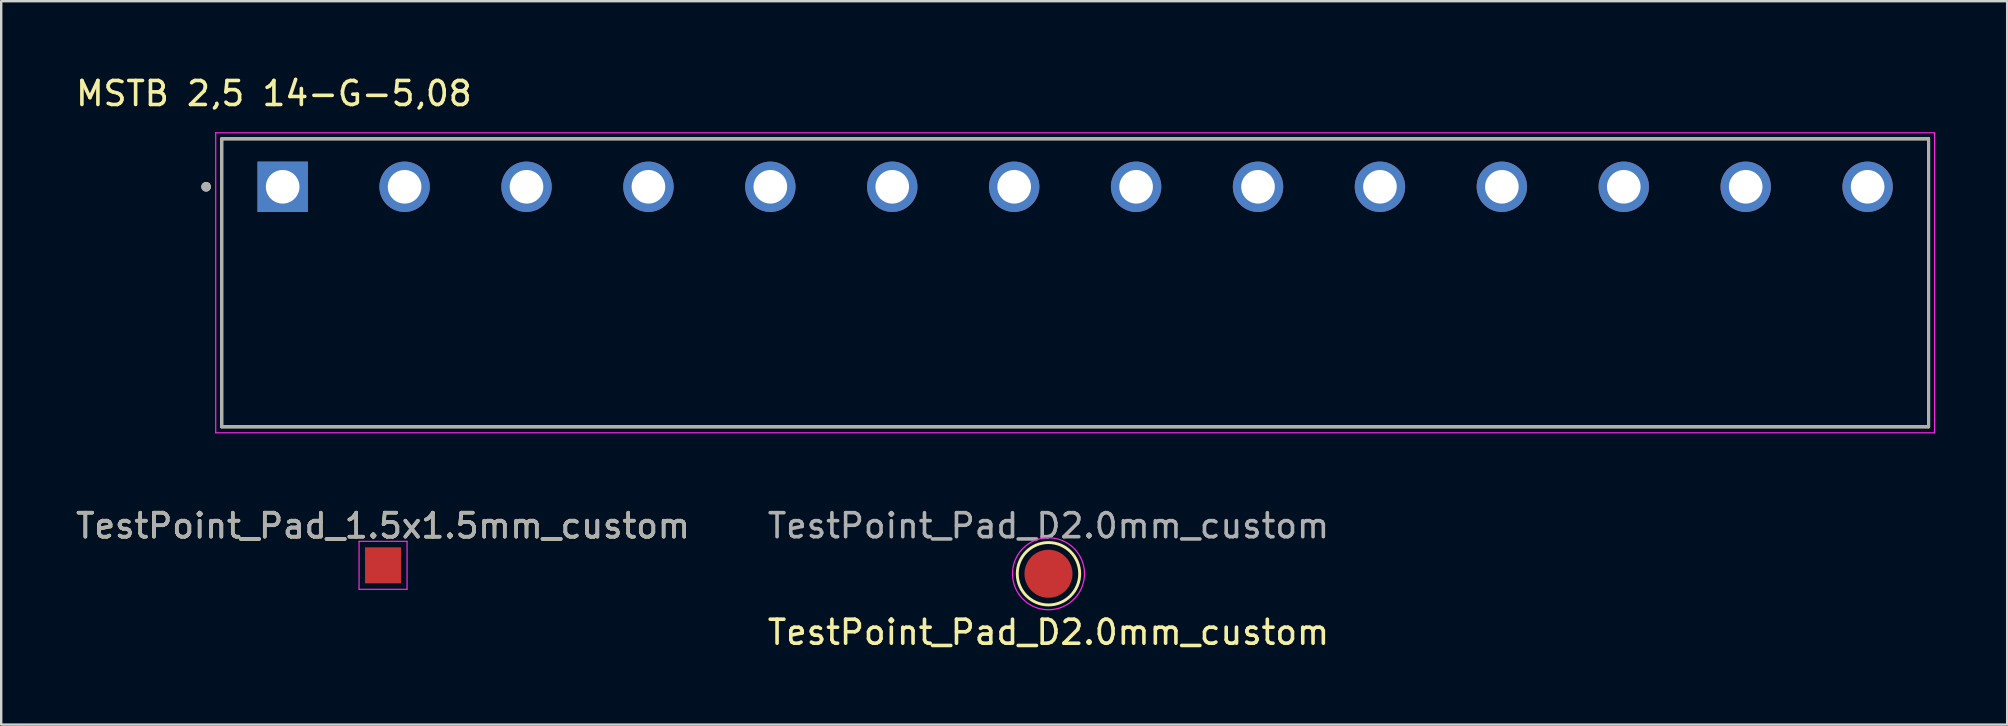
<source format=kicad_pcb>
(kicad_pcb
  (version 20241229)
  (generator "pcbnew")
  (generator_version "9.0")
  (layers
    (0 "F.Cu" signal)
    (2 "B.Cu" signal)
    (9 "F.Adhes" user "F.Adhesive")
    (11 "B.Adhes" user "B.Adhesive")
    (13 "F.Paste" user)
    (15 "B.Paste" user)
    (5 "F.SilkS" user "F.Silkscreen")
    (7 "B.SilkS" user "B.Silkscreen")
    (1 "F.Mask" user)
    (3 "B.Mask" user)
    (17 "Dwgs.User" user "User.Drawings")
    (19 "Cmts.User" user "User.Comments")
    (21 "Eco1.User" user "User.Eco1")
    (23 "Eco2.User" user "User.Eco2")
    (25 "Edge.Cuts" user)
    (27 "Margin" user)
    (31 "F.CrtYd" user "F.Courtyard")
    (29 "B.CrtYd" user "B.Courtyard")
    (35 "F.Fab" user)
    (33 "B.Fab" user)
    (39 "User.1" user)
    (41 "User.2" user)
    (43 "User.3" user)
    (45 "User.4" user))
  (footprint "MSTB 2,5 14-G-5,08"
    (layer "F.Cu")
    (at 6.188 14.733)
    (property "Reference" "MSTB 2,5 14-G-5,08" (at 2.175 -13.885 0) (layer "F.SilkS") (effects (font (size 1 1) (thickness 0.15))))
    (attr through_hole)
    (fp_line (start 0 0) (end 0 -12) (stroke (width 0.127) (type solid)) (layer "F.SilkS"))
    (fp_line (start 71.12 -12) (end 0 -12) (stroke (width 0.127) (type solid)) (layer "F.SilkS"))
    (fp_line (start 71.12 -12) (end 71.12 0) (stroke (width 0.127) (type solid)) (layer "F.SilkS"))
    (fp_line (start 71.12 0) (end 0 0) (stroke (width 0.127) (type solid)) (layer "F.SilkS"))
    (fp_circle (center -0.65 -10) (end -0.55 -10) (stroke (width 0.2) (type solid)) (fill no) (layer "F.SilkS"))
    (fp_line (start -0.25 -12.25) (end 71.37 -12.25) (stroke (width 0.05) (type solid)) (layer "F.CrtYd"))
    (fp_line (start -0.25 0.25) (end -0.25 -12.25) (stroke (width 0.05) (type solid)) (layer "F.CrtYd"))
    (fp_line (start 71.37 -12.25) (end 71.37 0.25) (stroke (width 0.05) (type solid)) (layer "F.CrtYd"))
    (fp_line (start 71.37 0.25) (end -0.25 0.25) (stroke (width 0.05) (type solid)) (layer "F.CrtYd"))
    (fp_line (start 0 -12) (end 71.12 -12) (stroke (width 0.127) (type solid)) (layer "F.Fab"))
    (fp_line (start 0 0) (end 0 -12) (stroke (width 0.127) (type solid)) (layer "F.Fab"))
    (fp_line (start 71.12 -12) (end 71.12 0) (stroke (width 0.127) (type solid)) (layer "F.Fab"))
    (fp_line (start 71.12 0) (end 0 0) (stroke (width 0.127) (type solid)) (layer "F.Fab"))
    (fp_circle (center -0.65 -10) (end -0.55 -10) (stroke (width 0.2) (type solid)) (fill no) (layer "F.Fab"))
    (pad "01" thru_hole rect (at 2.54 -10) (size 2.1 2.1) (drill 1.4) (layers "*.Cu" "*.Mask"))
    (pad "02" thru_hole circle (at 7.62 -10) (size 2.1 2.1) (drill 1.4) (layers "*.Cu" "*.Mask"))
    (pad "03" thru_hole circle (at 12.7 -10) (size 2.1 2.1) (drill 1.4) (layers "*.Cu" "*.Mask"))
    (pad "04" thru_hole circle (at 17.78 -10) (size 2.1 2.1) (drill 1.4) (layers "*.Cu" "*.Mask"))
    (pad "05" thru_hole circle (at 22.86 -10) (size 2.1 2.1) (drill 1.4) (layers "*.Cu" "*.Mask"))
    (pad "06" thru_hole circle (at 27.94 -10) (size 2.1 2.1) (drill 1.4) (layers "*.Cu" "*.Mask"))
    (pad "07" thru_hole circle (at 33.02 -10) (size 2.1 2.1) (drill 1.4) (layers "*.Cu" "*.Mask"))
    (pad "08" thru_hole circle (at 38.1 -10) (size 2.1 2.1) (drill 1.4) (layers "*.Cu" "*.Mask"))
    (pad "09" thru_hole circle (at 43.18 -10) (size 2.1 2.1) (drill 1.4) (layers "*.Cu" "*.Mask"))
    (pad "10" thru_hole circle (at 48.26 -10) (size 2.1 2.1) (drill 1.4) (layers "*.Cu" "*.Mask"))
    (pad "11" thru_hole circle (at 53.34 -10) (size 2.1 2.1) (drill 1.4) (layers "*.Cu" "*.Mask"))
    (pad "12" thru_hole circle (at 58.42 -10) (size 2.1 2.1) (drill 1.4) (layers "*.Cu" "*.Mask"))
    (pad "13" thru_hole circle (at 63.5 -10) (size 2.1 2.1) (drill 1.4) (layers "*.Cu" "*.Mask"))
    (pad "14" thru_hole circle (at 68.58 -10) (size 2.1 2.1) (drill 1.4) (layers "*.Cu" "*.Mask")))
  (footprint "TestPoint_Pad_1.5x1.5mm_custom"
    (layer "F.Cu")
    (at 12.911 20.506)
    (property "Reference" "TestPoint_Pad_1.5x1.5mm_custom" (at 0 -1.648 0) (layer "F.SilkS") (effects (font (size 1 1) (thickness 0.15))))
    (attr exclude_from_pos_files)
    (fp_line (start -1 -1) (end -1 1) (stroke (width 0.05) (type solid)) (layer "F.CrtYd"))
    (fp_line (start -1 -1) (end 1 -1) (stroke (width 0.05) (type solid)) (layer "F.CrtYd"))
    (fp_line (start 1 1) (end -1 1) (stroke (width 0.05) (type solid)) (layer "F.CrtYd"))
    (fp_line (start 1 1) (end 1 -1) (stroke (width 0.05) (type solid)) (layer "F.CrtYd"))
    (fp_text user "${REFERENCE}" (at 0 -1.65 0) (layer "F.Fab") (effects (font (size 1 1) (thickness 0.15))))
    (pad "1" smd rect (at 0 0) (size 1.5 1.5) (layers "F.Cu" "F.Mask")))
  (footprint "TestPoint_Pad_D2.0mm_custom"
    (layer "F.Cu")
    (at 40.637 20.857)
    (property "Reference" "TestPoint_Pad_D2.0mm_custom" (at 0 2.438 0) (layer "F.SilkS") (effects (font (size 1 1) (thickness 0.15))))
    (attr exclude_from_pos_files)
    (fp_circle (center 0 0) (end 1.3 0) (stroke (width 0.12) (type solid)) (fill no) (layer "F.SilkS"))
    (fp_circle (center 0 0) (end 1.5 0) (stroke (width 0.05) (type solid)) (fill no) (layer "F.CrtYd"))
    (fp_text user "${REFERENCE}" (at 0 -2 0) (layer "F.Fab") (effects (font (size 1 1) (thickness 0.15))))
    (pad "1" smd circle (at 0 0) (size 2 2) (layers "F.Cu" "F.Mask")))
  (gr_rect
    (start -3 -3)
    (end 80.583 27.143)
    (stroke (width 0.1) (type default))
    (fill no)
    (layer "Edge.Cuts")))
</source>
